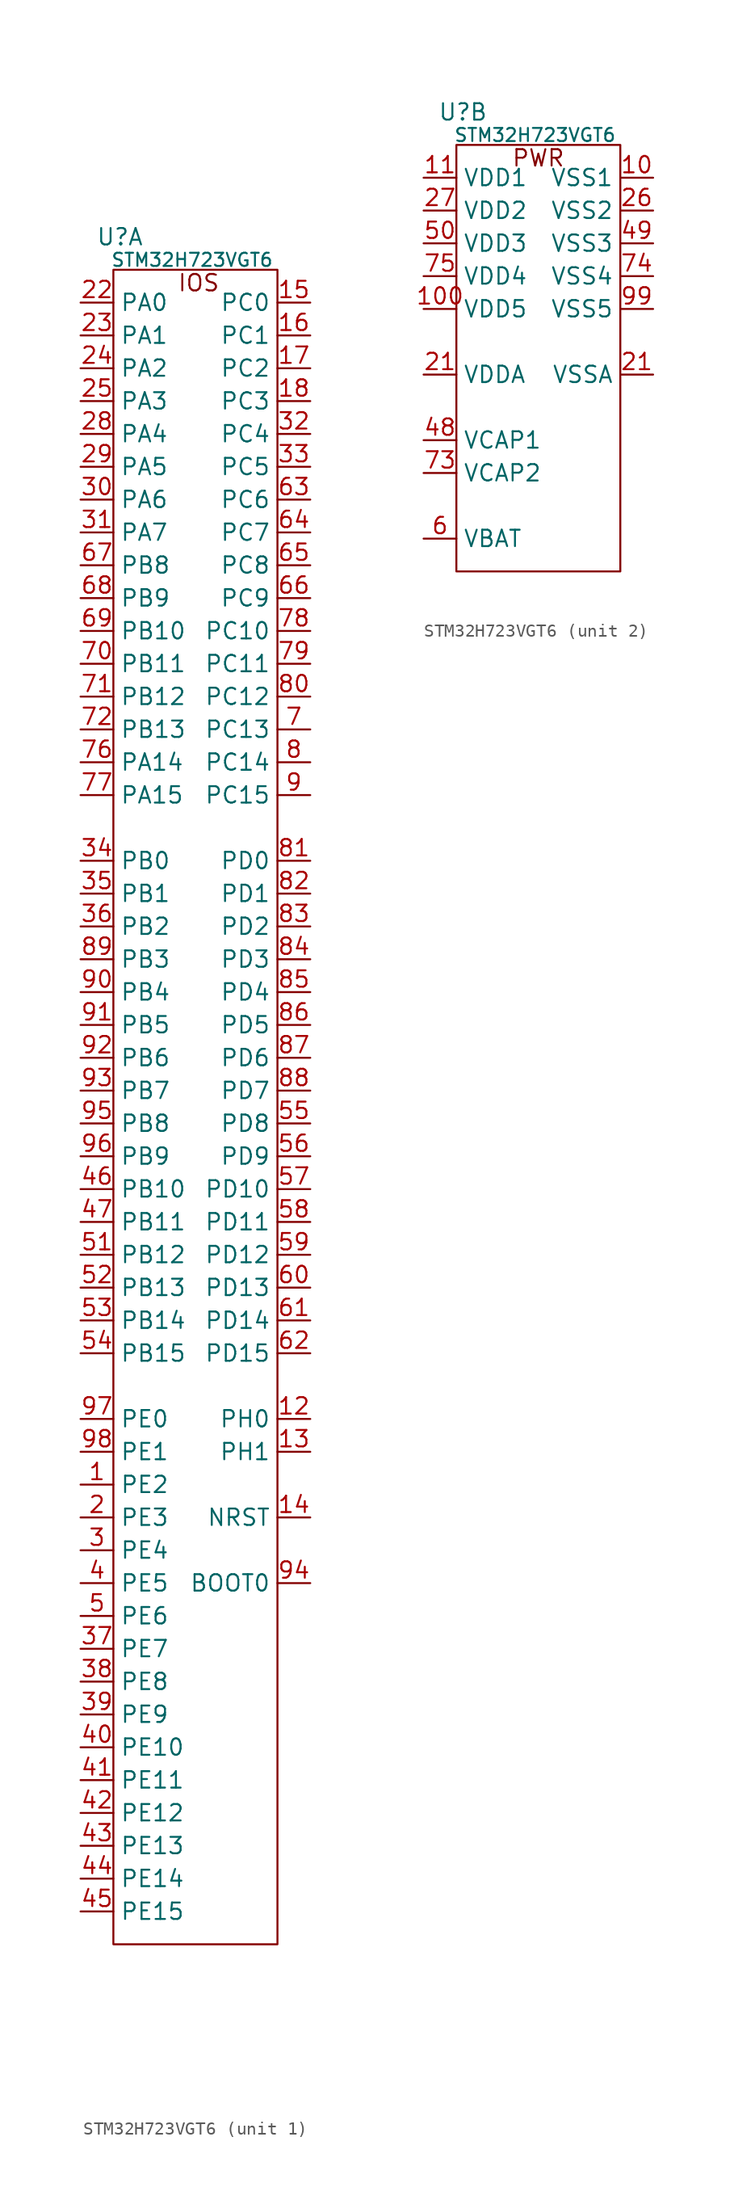
<source format=kicad_sym>
(kicad_symbol_lib
  (version 20241209)
  (generator "kicad_symbol_editor")
  (generator_version "9.0")
  (symbol "STM32H723VGT6"
    (property "Reference" "U"
      (at 0.508 2.54 0)
      (effects (font (size 1.27 1.27))))
    (property "Value" "STM32H723VGT6"
      (at 6.096 0.762 0)
      (effects (font (size 1.016 1.016))))
    (property "ki_locked" ""
      (at 0 0 0)
      (effects (font (size 1.27 1.27))))
    (symbol "STM32H723VGT6_1_1"
      (rectangle (start 0 0) (end 12.7 -129.54) (stroke (width 0) (type default)) (fill (type none)))
      (text "IOS" (at 6.604 -1.016 0) (effects (font (size 1.27 1.27))))
      (pin input line (at -2.54 -2.54 0) (length 2.54) (name "PA0" (effects (font (size 1.27 1.27)))) (number "22" (effects (font (size 1.27 1.27)))))
      (pin input line (at -2.54 -5.08 0) (length 2.54) (name "PA1" (effects (font (size 1.27 1.27)))) (number "23" (effects (font (size 1.27 1.27)))))
      (pin input line (at -2.54 -7.62 0) (length 2.54) (name "PA2" (effects (font (size 1.27 1.27)))) (number "24" (effects (font (size 1.27 1.27)))))
      (pin input line (at -2.54 -10.16 0) (length 2.54) (name "PA3" (effects (font (size 1.27 1.27)))) (number "25" (effects (font (size 1.27 1.27)))))
      (pin input line (at -2.54 -12.7 0) (length 2.54) (name "PA4" (effects (font (size 1.27 1.27)))) (number "28" (effects (font (size 1.27 1.27)))))
      (pin input line (at -2.54 -15.24 0) (length 2.54) (name "PA5" (effects (font (size 1.27 1.27)))) (number "29" (effects (font (size 1.27 1.27)))))
      (pin input line (at -2.54 -17.78 0) (length 2.54) (name "PA6" (effects (font (size 1.27 1.27)))) (number "30" (effects (font (size 1.27 1.27)))))
      (pin input line (at -2.54 -20.32 0) (length 2.54) (name "PA7" (effects (font (size 1.27 1.27)))) (number "31" (effects (font (size 1.27 1.27)))))
      (pin passive line (at -2.54 -22.86 0) (length 2.54) (name "PB8" (effects (font (size 1.27 1.27)))) (number "67" (effects (font (size 1.27 1.27)))))
      (pin passive line (at -2.54 -25.4 0) (length 2.54) (name "PB9" (effects (font (size 1.27 1.27)))) (number "68" (effects (font (size 1.27 1.27)))))
      (pin passive line (at -2.54 -27.94 0) (length 2.54) (name "PB10" (effects (font (size 1.27 1.27)))) (number "69" (effects (font (size 1.27 1.27)))))
      (pin passive line (at -2.54 -30.48 0) (length 2.54) (name "PB11" (effects (font (size 1.27 1.27)))) (number "70" (effects (font (size 1.27 1.27)))))
      (pin passive line (at -2.54 -33.02 0) (length 2.54) (name "PB12" (effects (font (size 1.27 1.27)))) (number "71" (effects (font (size 1.27 1.27)))))
      (pin passive line (at -2.54 -35.56 0) (length 2.54) (name "PB13" (effects (font (size 1.27 1.27)))) (number "72" (effects (font (size 1.27 1.27)))))
      (pin passive line (at -2.54 -38.1 0) (length 2.54) (name "PA14" (effects (font (size 1.27 1.27)))) (number "76" (effects (font (size 1.27 1.27)))))
      (pin passive line (at -2.54 -40.64 0) (length 2.54) (name "PA15" (effects (font (size 1.27 1.27)))) (number "77" (effects (font (size 1.27 1.27)))))
      (pin passive line (at -2.54 -45.72 0) (length 2.54) (name "PB0" (effects (font (size 1.27 1.27)))) (number "34" (effects (font (size 1.27 1.27)))))
      (pin passive line (at -2.54 -48.26 0) (length 2.54) (name "PB1" (effects (font (size 1.27 1.27)))) (number "35" (effects (font (size 1.27 1.27)))))
      (pin passive line (at -2.54 -50.8 0) (length 2.54) (name "PB2" (effects (font (size 1.27 1.27)))) (number "36" (effects (font (size 1.27 1.27)))))
      (pin passive line (at -2.54 -53.34 0) (length 2.54) (name "PB3" (effects (font (size 1.27 1.27)))) (number "89" (effects (font (size 1.27 1.27)))))
      (pin passive line (at -2.54 -55.88 0) (length 2.54) (name "PB4" (effects (font (size 1.27 1.27)))) (number "90" (effects (font (size 1.27 1.27)))))
      (pin passive line (at -2.54 -58.42 0) (length 2.54) (name "PB5" (effects (font (size 1.27 1.27)))) (number "91" (effects (font (size 1.27 1.27)))))
      (pin passive line (at -2.54 -60.96 0) (length 2.54) (name "PB6" (effects (font (size 1.27 1.27)))) (number "92" (effects (font (size 1.27 1.27)))))
      (pin passive line (at -2.54 -63.5 0) (length 2.54) (name "PB7" (effects (font (size 1.27 1.27)))) (number "93" (effects (font (size 1.27 1.27)))))
      (pin passive line (at -2.54 -66.04 0) (length 2.54) (name "PB8" (effects (font (size 1.27 1.27)))) (number "95" (effects (font (size 1.27 1.27)))))
      (pin passive line (at -2.54 -68.58 0) (length 2.54) (name "PB9" (effects (font (size 1.27 1.27)))) (number "96" (effects (font (size 1.27 1.27)))))
      (pin passive line (at -2.54 -71.12 0) (length 2.54) (name "PB10" (effects (font (size 1.27 1.27)))) (number "46" (effects (font (size 1.27 1.27)))))
      (pin passive line (at -2.54 -73.66 0) (length 2.54) (name "PB11" (effects (font (size 1.27 1.27)))) (number "47" (effects (font (size 1.27 1.27)))))
      (pin passive line (at -2.54 -76.2 0) (length 2.54) (name "PB12" (effects (font (size 1.27 1.27)))) (number "51" (effects (font (size 1.27 1.27)))))
      (pin passive line (at -2.54 -78.74 0) (length 2.54) (name "PB13" (effects (font (size 1.27 1.27)))) (number "52" (effects (font (size 1.27 1.27)))))
      (pin passive line (at -2.54 -81.28 0) (length 2.54) (name "PB14" (effects (font (size 1.27 1.27)))) (number "53" (effects (font (size 1.27 1.27)))))
      (pin passive line (at -2.54 -83.82 0) (length 2.54) (name "PB15" (effects (font (size 1.27 1.27)))) (number "54" (effects (font (size 1.27 1.27)))))
      (pin passive line (at -2.54 -88.9 0) (length 2.54) (name "PE0" (effects (font (size 1.27 1.27)))) (number "97" (effects (font (size 1.27 1.27)))))
      (pin passive line (at -2.54 -91.44 0) (length 2.54) (name "PE1" (effects (font (size 1.27 1.27)))) (number "98" (effects (font (size 1.27 1.27)))))
      (pin passive line (at -2.54 -93.98 0) (length 2.54) (name "PE2" (effects (font (size 1.27 1.27)))) (number "1" (effects (font (size 1.27 1.27)))))
      (pin passive line (at -2.54 -96.52 0) (length 2.54) (name "PE3" (effects (font (size 1.27 1.27)))) (number "2" (effects (font (size 1.27 1.27)))))
      (pin passive line (at -2.54 -99.06 0) (length 2.54) (name "PE4" (effects (font (size 1.27 1.27)))) (number "3" (effects (font (size 1.27 1.27)))))
      (pin passive line (at -2.54 -101.6 0) (length 2.54) (name "PE5" (effects (font (size 1.27 1.27)))) (number "4" (effects (font (size 1.27 1.27)))))
      (pin passive line (at -2.54 -104.14 0) (length 2.54) (name "PE6" (effects (font (size 1.27 1.27)))) (number "5" (effects (font (size 1.27 1.27)))))
      (pin passive line (at -2.54 -106.68 0) (length 2.54) (name "PE7" (effects (font (size 1.27 1.27)))) (number "37" (effects (font (size 1.27 1.27)))))
      (pin passive line (at -2.54 -109.22 0) (length 2.54) (name "PE8" (effects (font (size 1.27 1.27)))) (number "38" (effects (font (size 1.27 1.27)))))
      (pin passive line (at -2.54 -111.76 0) (length 2.54) (name "PE9" (effects (font (size 1.27 1.27)))) (number "39" (effects (font (size 1.27 1.27)))))
      (pin passive line (at -2.54 -114.3 0) (length 2.54) (name "PE10" (effects (font (size 1.27 1.27)))) (number "40" (effects (font (size 1.27 1.27)))))
      (pin passive line (at -2.54 -116.84 0) (length 2.54) (name "PE11" (effects (font (size 1.27 1.27)))) (number "41" (effects (font (size 1.27 1.27)))))
      (pin passive line (at -2.54 -119.38 0) (length 2.54) (name "PE12" (effects (font (size 1.27 1.27)))) (number "42" (effects (font (size 1.27 1.27)))))
      (pin passive line (at -2.54 -121.92 0) (length 2.54) (name "PE13" (effects (font (size 1.27 1.27)))) (number "43" (effects (font (size 1.27 1.27)))))
      (pin passive line (at -2.54 -124.46 0) (length 2.54) (name "PE14" (effects (font (size 1.27 1.27)))) (number "44" (effects (font (size 1.27 1.27)))))
      (pin passive line (at -2.54 -127 0) (length 2.54) (name "PE15" (effects (font (size 1.27 1.27)))) (number "45" (effects (font (size 1.27 1.27)))))
      (pin passive line (at 15.24 -2.54 180) (length 2.54) (name "PC0" (effects (font (size 1.27 1.27)))) (number "15" (effects (font (size 1.27 1.27)))))
      (pin passive line (at 15.24 -5.08 180) (length 2.54) (name "PC1" (effects (font (size 1.27 1.27)))) (number "16" (effects (font (size 1.27 1.27)))))
      (pin passive line (at 15.24 -7.62 180) (length 2.54) (name "PC2" (effects (font (size 1.27 1.27)))) (number "17" (effects (font (size 1.27 1.27)))))
      (pin passive line (at 15.24 -10.16 180) (length 2.54) (name "PC3" (effects (font (size 1.27 1.27)))) (number "18" (effects (font (size 1.27 1.27)))))
      (pin passive line (at 15.24 -12.7 180) (length 2.54) (name "PC4" (effects (font (size 1.27 1.27)))) (number "32" (effects (font (size 1.27 1.27)))))
      (pin passive line (at 15.24 -15.24 180) (length 2.54) (name "PC5" (effects (font (size 1.27 1.27)))) (number "33" (effects (font (size 1.27 1.27)))))
      (pin passive line (at 15.24 -17.78 180) (length 2.54) (name "PC6" (effects (font (size 1.27 1.27)))) (number "63" (effects (font (size 1.27 1.27)))))
      (pin passive line (at 15.24 -20.32 180) (length 2.54) (name "PC7" (effects (font (size 1.27 1.27)))) (number "64" (effects (font (size 1.27 1.27)))))
      (pin passive line (at 15.24 -22.86 180) (length 2.54) (name "PC8" (effects (font (size 1.27 1.27)))) (number "65" (effects (font (size 1.27 1.27)))))
      (pin passive line (at 15.24 -25.4 180) (length 2.54) (name "PC9" (effects (font (size 1.27 1.27)))) (number "66" (effects (font (size 1.27 1.27)))))
      (pin passive line (at 15.24 -27.94 180) (length 2.54) (name "PC10" (effects (font (size 1.27 1.27)))) (number "78" (effects (font (size 1.27 1.27)))))
      (pin passive line (at 15.24 -30.48 180) (length 2.54) (name "PC11" (effects (font (size 1.27 1.27)))) (number "79" (effects (font (size 1.27 1.27)))))
      (pin passive line (at 15.24 -33.02 180) (length 2.54) (name "PC12" (effects (font (size 1.27 1.27)))) (number "80" (effects (font (size 1.27 1.27)))))
      (pin passive line (at 15.24 -35.56 180) (length 2.54) (name "PC13" (effects (font (size 1.27 1.27)))) (number "7" (effects (font (size 1.27 1.27)))))
      (pin passive line (at 15.24 -38.1 180) (length 2.54) (name "PC14" (effects (font (size 1.27 1.27)))) (number "8" (effects (font (size 1.27 1.27)))))
      (pin passive line (at 15.24 -40.64 180) (length 2.54) (name "PC15" (effects (font (size 1.27 1.27)))) (number "9" (effects (font (size 1.27 1.27)))))
      (pin passive line (at 15.24 -45.72 180) (length 2.54) (name "PD0" (effects (font (size 1.27 1.27)))) (number "81" (effects (font (size 1.27 1.27)))))
      (pin passive line (at 15.24 -48.26 180) (length 2.54) (name "PD1" (effects (font (size 1.27 1.27)))) (number "82" (effects (font (size 1.27 1.27)))))
      (pin passive line (at 15.24 -50.8 180) (length 2.54) (name "PD2" (effects (font (size 1.27 1.27)))) (number "83" (effects (font (size 1.27 1.27)))))
      (pin passive line (at 15.24 -53.34 180) (length 2.54) (name "PD3" (effects (font (size 1.27 1.27)))) (number "84" (effects (font (size 1.27 1.27)))))
      (pin passive line (at 15.24 -55.88 180) (length 2.54) (name "PD4" (effects (font (size 1.27 1.27)))) (number "85" (effects (font (size 1.27 1.27)))))
      (pin passive line (at 15.24 -58.42 180) (length 2.54) (name "PD5" (effects (font (size 1.27 1.27)))) (number "86" (effects (font (size 1.27 1.27)))))
      (pin passive line (at 15.24 -60.96 180) (length 2.54) (name "PD6" (effects (font (size 1.27 1.27)))) (number "87" (effects (font (size 1.27 1.27)))))
      (pin passive line (at 15.24 -63.5 180) (length 2.54) (name "PD7" (effects (font (size 1.27 1.27)))) (number "88" (effects (font (size 1.27 1.27)))))
      (pin passive line (at 15.24 -66.04 180) (length 2.54) (name "PD8" (effects (font (size 1.27 1.27)))) (number "55" (effects (font (size 1.27 1.27)))))
      (pin passive line (at 15.24 -68.58 180) (length 2.54) (name "PD9" (effects (font (size 1.27 1.27)))) (number "56" (effects (font (size 1.27 1.27)))))
      (pin passive line (at 15.24 -71.12 180) (length 2.54) (name "PD10" (effects (font (size 1.27 1.27)))) (number "57" (effects (font (size 1.27 1.27)))))
      (pin passive line (at 15.24 -73.66 180) (length 2.54) (name "PD11" (effects (font (size 1.27 1.27)))) (number "58" (effects (font (size 1.27 1.27)))))
      (pin passive line (at 15.24 -76.2 180) (length 2.54) (name "PD12" (effects (font (size 1.27 1.27)))) (number "59" (effects (font (size 1.27 1.27)))))
      (pin passive line (at 15.24 -78.74 180) (length 2.54) (name "PD13" (effects (font (size 1.27 1.27)))) (number "60" (effects (font (size 1.27 1.27)))))
      (pin passive line (at 15.24 -81.28 180) (length 2.54) (name "PD14" (effects (font (size 1.27 1.27)))) (number "61" (effects (font (size 1.27 1.27)))))
      (pin passive line (at 15.24 -83.82 180) (length 2.54) (name "PD15" (effects (font (size 1.27 1.27)))) (number "62" (effects (font (size 1.27 1.27)))))
      (pin passive line (at 15.24 -88.9 180) (length 2.54) (name "PH0" (effects (font (size 1.27 1.27)))) (number "12" (effects (font (size 1.27 1.27)))))
      (pin passive line (at 15.24 -91.44 180) (length 2.54) (name "PH1" (effects (font (size 1.27 1.27)))) (number "13" (effects (font (size 1.27 1.27)))))
      (pin passive line (at 15.24 -96.52 180) (length 2.54) (name "NRST" (effects (font (size 1.27 1.27)))) (number "14" (effects (font (size 1.27 1.27)))))
      (pin passive line (at 15.24 -101.6 180) (length 2.54) (name "BOOT0" (effects (font (size 1.27 1.27)))) (number "94" (effects (font (size 1.27 1.27))))))
    (symbol "STM32H723VGT6_2_1"
      (rectangle (start 0 0) (end 12.7 -33.02) (stroke (width 0) (type default)) (fill (type none)))
      (text "PWR" (at 6.35 -1.016 0) (effects (font (size 1.27 1.27))))
      (pin passive line (at -2.54 -2.54 0) (length 2.54) (name "VDD1" (effects (font (size 1.27 1.27)))) (number "11" (effects (font (size 1.27 1.27)))))
      (pin passive line (at -2.54 -5.08 0) (length 2.54) (name "VDD2" (effects (font (size 1.27 1.27)))) (number "27" (effects (font (size 1.27 1.27)))))
      (pin passive line (at -2.54 -7.62 0) (length 2.54) (name "VDD3" (effects (font (size 1.27 1.27)))) (number "50" (effects (font (size 1.27 1.27)))))
      (pin passive line (at -2.54 -10.16 0) (length 2.54) (name "VDD4" (effects (font (size 1.27 1.27)))) (number "75" (effects (font (size 1.27 1.27)))))
      (pin passive line (at -2.54 -12.7 0) (length 2.54) (name "VDD5" (effects (font (size 1.27 1.27)))) (number "100" (effects (font (size 1.27 1.27)))))
      (pin passive line (at -2.54 -17.78 0) (length 2.54) (name "VDDA" (effects (font (size 1.27 1.27)))) (number "21" (effects (font (size 1.27 1.27)))))
      (pin passive line (at -2.54 -22.86 0) (length 2.54) (name "VCAP1" (effects (font (size 1.27 1.27)))) (number "48" (effects (font (size 1.27 1.27)))))
      (pin passive line (at -2.54 -25.4 0) (length 2.54) (name "VCAP2" (effects (font (size 1.27 1.27)))) (number "73" (effects (font (size 1.27 1.27)))))
      (pin passive line (at -2.54 -30.48 0) (length 2.54) (name "VBAT" (effects (font (size 1.27 1.27)))) (number "6" (effects (font (size 1.27 1.27)))))
      (pin passive line (at 15.24 -2.54 180) (length 2.54) (name "VSS1" (effects (font (size 1.27 1.27)))) (number "10" (effects (font (size 1.27 1.27)))))
      (pin passive line (at 15.24 -5.08 180) (length 2.54) (name "VSS2" (effects (font (size 1.27 1.27)))) (number "26" (effects (font (size 1.27 1.27)))))
      (pin passive line (at 15.24 -7.62 180) (length 2.54) (name "VSS3" (effects (font (size 1.27 1.27)))) (number "49" (effects (font (size 1.27 1.27)))))
      (pin passive line (at 15.24 -10.16 180) (length 2.54) (name "VSS4" (effects (font (size 1.27 1.27)))) (number "74" (effects (font (size 1.27 1.27)))))
      (pin passive line (at 15.24 -12.7 180) (length 2.54) (name "VSS5" (effects (font (size 1.27 1.27)))) (number "99" (effects (font (size 1.27 1.27)))))
      (pin passive line (at 15.24 -17.78 180) (length 2.54) (name "VSSA" (effects (font (size 1.27 1.27)))) (number "21" (effects (font (size 1.27 1.27))))))))
</source>
